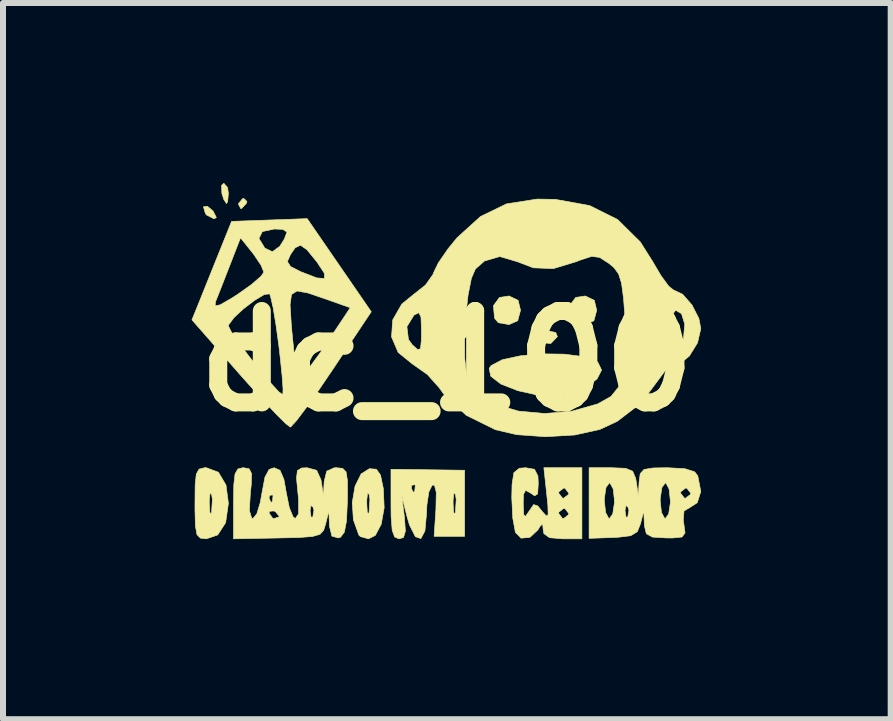
<source format=kicad_pcb>
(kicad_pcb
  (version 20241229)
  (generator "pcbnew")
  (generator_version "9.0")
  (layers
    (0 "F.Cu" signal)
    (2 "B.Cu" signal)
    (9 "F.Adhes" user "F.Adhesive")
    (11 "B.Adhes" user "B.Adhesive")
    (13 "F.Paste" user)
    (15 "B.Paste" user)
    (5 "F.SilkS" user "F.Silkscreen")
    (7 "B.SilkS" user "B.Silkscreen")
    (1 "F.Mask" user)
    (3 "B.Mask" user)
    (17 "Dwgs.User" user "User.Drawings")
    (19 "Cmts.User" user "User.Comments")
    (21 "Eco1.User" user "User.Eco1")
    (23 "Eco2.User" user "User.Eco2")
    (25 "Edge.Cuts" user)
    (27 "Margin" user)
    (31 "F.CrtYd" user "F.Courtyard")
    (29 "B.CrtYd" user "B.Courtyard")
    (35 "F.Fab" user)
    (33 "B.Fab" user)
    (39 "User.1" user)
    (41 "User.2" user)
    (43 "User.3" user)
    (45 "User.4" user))
  (footprint "dc_100"
    (layer "F.Cu")
    (at 4.398 2.968)
    (property "Reference" "dc_100" (at 0 0 0) (layer "F.SilkS") (effects (font (size 1.524 1.524) (thickness 0.3))))
    (attr through_hole)
    (fp_poly (pts (xy -3.896 -2.5) (xy -3.842 -2.393) (xy -3.879 -2.371) (xy -4.003 -2.433) (xy -4.025 -2.461) (xy -4.057 -2.571) (xy -3.991 -2.58) (xy -3.896 -2.5)) (stroke (width 0.01) (type solid)) (fill yes) (layer "F.SilkS"))
    (fp_poly (pts (xy -3.655 -2.892) (xy -3.641 -2.794) (xy -3.654 -2.656) (xy -3.673 -2.625) (xy -3.718 -2.694) (xy -3.75 -2.794) (xy -3.755 -2.929) (xy -3.717 -2.963) (xy -3.655 -2.892)) (stroke (width 0.01) (type solid)) (fill yes) (layer "F.SilkS"))
    (fp_poly (pts (xy -3.331 -2.657) (xy -3.344 -2.625) (xy -3.42 -2.544) (xy -3.434 -2.54) (xy -3.47 -2.606) (xy -3.471 -2.625) (xy -3.406 -2.706) (xy -3.382 -2.709) (xy -3.331 -2.657)) (stroke (width 0.01) (type solid)) (fill yes) (layer "F.SilkS"))
    (fp_poly (pts (xy 1.815 -0.476) (xy 1.843 -0.407) (xy 1.732 -0.292) (xy 1.545 -0.31) (xy 1.442 -0.393) (xy 1.484 -0.472) (xy 1.65 -0.508) (xy 1.658 -0.508) (xy 1.815 -0.476)) (stroke (width 0.01) (type solid)) (fill yes) (layer "F.SilkS"))
    (fp_poly (pts (xy 1.188 -1.012) (xy 1.228 -0.847) (xy 1.181 -0.672) (xy 1.037 -0.608) (xy 0.858 -0.639) (xy 0.795 -0.714) (xy 0.776 -0.923) (xy 0.877 -1.06) (xy 1.037 -1.085) (xy 1.188 -1.012)) (stroke (width 0.01) (type solid)) (fill yes) (layer "F.SilkS"))
    (fp_poly (pts (xy 2.458 -1.012) (xy 2.498 -0.847) (xy 2.451 -0.672) (xy 2.307 -0.608) (xy 2.128 -0.639) (xy 2.065 -0.714) (xy 2.046 -0.923) (xy 2.147 -1.06) (xy 2.307 -1.085) (xy 2.458 -1.012)) (stroke (width 0.01) (type solid)) (fill yes) (layer "F.SilkS"))
    (fp_poly (pts (xy 1.956 -0.115) (xy 2.278 -0.074) (xy 2.499 0.007) (xy 2.517 0.02) (xy 2.579 0.15) (xy 2.504 0.298) (xy 2.318 0.434) (xy 2.137 0.504) (xy 1.807 0.573) (xy 1.515 0.568) (xy 1.185 0.494) (xy 0.9 0.383) (xy 0.733 0.254) (xy 0.705 0.124) (xy 0.738 0.075) (xy 0.926 -0.023) (xy 1.227 -0.088) (xy 1.588 -0.12) (xy 1.956 -0.115)) (stroke (width 0.01) (type solid)) (fill yes) (layer "F.SilkS"))
    (fp_poly (pts (xy -3.807 1.854) (xy -3.681 2.067) (xy -3.641 2.371) (xy -3.687 2.694) (xy -3.819 2.898) (xy -4.007 2.963) (xy -4.107 2.952) (xy -4.165 2.893) (xy -4.191 2.749) (xy -4.198 2.484) (xy -4.198 2.371) (xy -3.96 2.371) (xy -3.951 2.525) (xy -3.929 2.543) (xy -3.921 2.519) (xy -3.908 2.304) (xy -3.921 2.223) (xy -3.946 2.196) (xy -3.959 2.313) (xy -3.96 2.371) (xy -4.198 2.371) (xy -4.195 2.061) (xy -4.176 1.883) (xy -4.129 1.801) (xy -4.044 1.779) (xy -4.007 1.778) (xy -3.807 1.854)) (stroke (width 0.01) (type solid)) (fill yes) (layer "F.SilkS"))
    (fp_poly (pts (xy -1.175 1.803) (xy -1.106 1.899) (xy -1.059 2.124) (xy -1.058 2.133) (xy -1.045 2.447) (xy -1.094 2.72) (xy -1.192 2.906) (xy -1.305 2.963) (xy -1.44 2.926) (xy -1.467 2.9) (xy -1.558 2.645) (xy -1.575 2.371) (xy -1.335 2.371) (xy -1.326 2.525) (xy -1.304 2.543) (xy -1.296 2.519) (xy -1.283 2.304) (xy -1.296 2.223) (xy -1.321 2.196) (xy -1.334 2.313) (xy -1.335 2.371) (xy -1.575 2.371) (xy -1.576 2.357) (xy -1.53 2.085) (xy -1.428 1.88) (xy -1.291 1.794) (xy -1.175 1.803)) (stroke (width 0.01) (type solid)) (fill yes) (layer "F.SilkS"))
    (fp_poly (pts (xy 0.296 1.82) (xy 0.296 2.921) (xy -0.212 2.921) (xy -0.182 2.466) (xy -0.18 2.371) (xy 0.104 2.371) (xy 0.113 2.525) (xy 0.135 2.543) (xy 0.143 2.519) (xy 0.156 2.304) (xy 0.143 2.223) (xy 0.118 2.196) (xy 0.105 2.313) (xy 0.104 2.371) (xy -0.18 2.371) (xy -0.176 2.19) (xy -0.206 2.069) (xy -0.245 2.069) (xy -0.3 2.181) (xy -0.333 2.401) (xy -0.339 2.545) (xy -0.365 2.831) (xy -0.433 2.959) (xy -0.525 2.927) (xy -0.623 2.732) (xy -0.661 2.603) (xy -0.752 2.244) (xy -0.707 2.603) (xy -0.691 2.835) (xy -0.723 2.941) (xy -0.797 2.963) (xy -0.87 2.933) (xy -0.911 2.821) (xy -0.929 2.593) (xy -0.931 2.384) (xy -0.931 2.117) (xy -0.593 2.117) (xy -0.562 2.186) (xy -0.536 2.173) (xy -0.526 2.073) (xy -0.536 2.06) (xy -0.587 2.072) (xy -0.593 2.117) (xy -0.931 2.117) (xy -0.931 1.804) (xy 0.296 1.82)) (stroke (width 0.01) (type solid)) (fill yes) (layer "F.SilkS"))
    (fp_poly (pts (xy 2.251 2.963) (xy 1.93 2.963) (xy 1.71 2.944) (xy 1.617 2.876) (xy 1.606 2.815) (xy 1.597 2.712) (xy 1.552 2.757) (xy 1.517 2.815) (xy 1.385 2.938) (xy 1.237 2.952) (xy 1.143 2.857) (xy 1.099 2.619) (xy 1.082 2.274) (xy 1.087 2.053) (xy 1.117 1.861) (xy 1.208 1.787) (xy 1.312 1.778) (xy 1.461 1.804) (xy 1.518 1.916) (xy 1.524 2.042) (xy 1.513 2.215) (xy 1.463 2.246) (xy 1.397 2.201) (xy 1.312 2.154) (xy 1.277 2.224) (xy 1.273 2.381) (xy 1.281 2.56) (xy 1.311 2.589) (xy 1.369 2.505) (xy 1.447 2.392) (xy 1.516 2.415) (xy 1.588 2.505) (xy 1.659 2.583) (xy 1.688 2.559) (xy 1.688 2.54) (xy 1.863 2.54) (xy 1.927 2.622) (xy 1.947 2.625) (xy 2.03 2.56) (xy 2.032 2.54) (xy 1.968 2.458) (xy 1.947 2.455) (xy 1.865 2.52) (xy 1.863 2.54) (xy 1.688 2.54) (xy 1.684 2.408) (xy 1.665 2.223) (xy 1.663 2.201) (xy 1.863 2.201) (xy 1.927 2.284) (xy 1.947 2.286) (xy 2.03 2.222) (xy 2.032 2.201) (xy 1.968 2.119) (xy 1.947 2.117) (xy 1.865 2.181) (xy 1.863 2.201) (xy 1.663 2.201) (xy 1.617 1.778) (xy 2.251 1.778) (xy 2.251 2.963)) (stroke (width 0.01) (type solid)) (fill yes) (layer "F.SilkS"))
    (fp_poly (pts (xy 2.981 1.788) (xy 3.098 1.837) (xy 3.147 1.954) (xy 3.157 2.011) (xy 3.192 2.244) (xy 3.205 2.011) (xy 3.223 1.877) (xy 3.286 1.807) (xy 3.439 1.782) (xy 3.674 1.778) (xy 3.968 1.794) (xy 4.13 1.846) (xy 4.182 1.912) (xy 4.233 2.173) (xy 4.174 2.361) (xy 4.068 2.43) (xy 3.953 2.499) (xy 3.94 2.651) (xy 3.95 2.713) (xy 3.97 2.865) (xy 3.92 2.933) (xy 3.76 2.949) (xy 3.65 2.948) (xy 3.427 2.934) (xy 3.325 2.878) (xy 3.294 2.751) (xy 3.292 2.721) (xy 3.282 2.498) (xy 3.228 2.712) (xy 3.175 2.844) (xy 3.066 2.911) (xy 2.853 2.937) (xy 2.773 2.941) (xy 2.371 2.955) (xy 2.371 2.328) (xy 2.625 2.328) (xy 2.646 2.524) (xy 2.698 2.622) (xy 2.709 2.625) (xy 2.765 2.55) (xy 2.774 2.491) (xy 2.97 2.491) (xy 2.986 2.6) (xy 3.014 2.602) (xy 3.035 2.488) (xy 3.021 2.439) (xy 2.984 2.407) (xy 2.97 2.491) (xy 2.774 2.491) (xy 2.793 2.367) (xy 2.794 2.328) (xy 3.556 2.328) (xy 3.577 2.524) (xy 3.63 2.622) (xy 3.641 2.625) (xy 3.697 2.55) (xy 3.725 2.367) (xy 3.725 2.328) (xy 3.712 2.201) (xy 3.895 2.201) (xy 3.959 2.284) (xy 3.979 2.286) (xy 4.062 2.222) (xy 4.064 2.201) (xy 4 2.119) (xy 3.979 2.117) (xy 3.897 2.181) (xy 3.895 2.201) (xy 3.712 2.201) (xy 3.704 2.132) (xy 3.652 2.035) (xy 3.641 2.032) (xy 3.585 2.106) (xy 3.557 2.289) (xy 3.556 2.328) (xy 2.794 2.328) (xy 2.773 2.132) (xy 2.72 2.035) (xy 2.709 2.032) (xy 2.653 2.106) (xy 2.625 2.289) (xy 2.625 2.328) (xy 2.371 2.328) (xy 2.371 1.778) (xy 2.746 1.778) (xy 2.981 1.788)) (stroke (width 0.01) (type solid)) (fill yes) (layer "F.SilkS"))
    (fp_poly (pts (xy -1.736 1.789) (xy -1.68 1.847) (xy -1.657 1.99) (xy -1.656 2.254) (xy -1.658 2.349) (xy -1.673 2.668) (xy -1.708 2.851) (xy -1.771 2.935) (xy -1.809 2.948) (xy -1.916 2.918) (xy -1.957 2.751) (xy -1.957 2.737) (xy -1.967 2.498) (xy -2.021 2.717) (xy -2.054 2.822) (xy -2.115 2.888) (xy -2.24 2.924) (xy -2.463 2.941) (xy -2.815 2.949) (xy -3.556 2.963) (xy -3.556 2.37) (xy -3.551 2.059) (xy -3.53 1.88) (xy -3.483 1.799) (xy -3.399 1.778) (xy -3.391 1.778) (xy -3.295 1.796) (xy -3.255 1.876) (xy -3.26 2.061) (xy -3.275 2.201) (xy -3.292 2.489) (xy -3.254 2.617) (xy -3.232 2.625) (xy -3.169 2.549) (xy -3.164 2.535) (xy -2.963 2.535) (xy -2.902 2.621) (xy -2.879 2.625) (xy -2.796 2.596) (xy -2.794 2.587) (xy -2.853 2.515) (xy -2.879 2.498) (xy -2.957 2.504) (xy -2.963 2.535) (xy -3.164 2.535) (xy -3.109 2.354) (xy -3.097 2.286) (xy -2.963 2.286) (xy -2.932 2.356) (xy -2.907 2.342) (xy -2.897 2.242) (xy -2.907 2.23) (xy -2.957 2.241) (xy -2.963 2.286) (xy -3.097 2.286) (xy -3.082 2.201) (xy -3.032 1.936) (xy -2.963 1.807) (xy -2.879 1.778) (xy -2.781 1.821) (xy -2.716 1.971) (xy -2.675 2.201) (xy -2.626 2.443) (xy -2.563 2.596) (xy -2.525 2.625) (xy -2.471 2.545) (xy -2.471 2.491) (xy -2.279 2.491) (xy -2.264 2.6) (xy -2.235 2.602) (xy -2.215 2.488) (xy -2.228 2.439) (xy -2.266 2.407) (xy -2.279 2.491) (xy -2.471 2.491) (xy -2.471 2.307) (xy -2.482 2.201) (xy -2.506 1.951) (xy -2.491 1.826) (xy -2.421 1.783) (xy -2.33 1.778) (xy -2.17 1.821) (xy -2.098 1.979) (xy -2.093 2.011) (xy -2.057 2.244) (xy -2.045 2.011) (xy -2.003 1.836) (xy -1.877 1.779) (xy -1.839 1.778) (xy -1.736 1.789)) (stroke (width 0.01) (type solid)) (fill yes) (layer "F.SilkS"))
    (fp_poly (pts (xy -1.794 -1.598) (xy -1.26 -0.822) (xy -1.901 0.139) (xy -2.139 0.49) (xy -2.348 0.784) (xy -2.507 0.994) (xy -2.599 1.095) (xy -2.61 1.101) (xy -2.688 1.04) (xy -2.854 0.875) (xy -3.087 0.627) (xy -3.364 0.32) (xy -3.464 0.207) (xy -4.158 -0.583) (xy -3.641 -0.583) (xy -3.593 -0.487) (xy -3.47 -0.308) (xy -3.3 -0.082) (xy -3.113 0.155) (xy -2.937 0.365) (xy -2.801 0.513) (xy -2.734 0.561) (xy -2.734 0.56) (xy -2.73 0.469) (xy -2.746 0.247) (xy -2.778 -0.065) (xy -2.801 -0.264) (xy -2.85 -0.616) (xy -2.898 -0.902) (xy -2.907 -0.938) (xy -2.613 -0.938) (xy -2.594 -0.628) (xy -2.582 -0.487) (xy -2.549 -0.156) (xy -2.515 0.109) (xy -2.485 0.264) (xy -2.478 0.283) (xy -2.417 0.25) (xy -2.287 0.101) (xy -2.113 -0.135) (xy -2.023 -0.268) (xy -1.61 -0.889) (xy -2.011 -1.031) (xy -2.312 -1.134) (xy -2.497 -1.168) (xy -2.589 -1.11) (xy -2.613 -0.938) (xy -2.907 -0.938) (xy -2.939 -1.082) (xy -2.956 -1.121) (xy -3.044 -1.108) (xy -3.204 -1.012) (xy -3.388 -0.872) (xy -3.548 -0.724) (xy -3.636 -0.606) (xy -3.641 -0.583) (xy -4.158 -0.583) (xy -4.249 -0.687) (xy -4.155 -0.918) (xy -3.862 -0.918) (xy -3.777 -0.938) (xy -3.583 -1.05) (xy -3.485 -1.113) (xy -3.256 -1.276) (xy -3.098 -1.412) (xy -3.05 -1.482) (xy -3.098 -1.599) (xy -3.138 -1.658) (xy -2.658 -1.658) (xy -2.604 -1.575) (xy -2.435 -1.489) (xy -2.168 -1.386) (xy -2.04 -1.376) (xy -2.041 -1.463) (xy -2.165 -1.651) (xy -2.332 -1.856) (xy -2.44 -1.931) (xy -2.528 -1.888) (xy -2.605 -1.778) (xy -2.658 -1.658) (xy -3.138 -1.658) (xy -3.218 -1.777) (xy -3.244 -1.81) (xy -3.43 -2.043) (xy -3.132 -2.043) (xy -3.034 -1.883) (xy -2.908 -1.822) (xy -2.784 -1.913) (xy -2.707 -2.037) (xy -2.665 -2.151) (xy -2.735 -2.195) (xy -2.876 -2.201) (xy -3.076 -2.158) (xy -3.132 -2.043) (xy -3.43 -2.043) (xy -3.439 -2.054) (xy -3.616 -1.599) (xy -3.725 -1.319) (xy -3.817 -1.085) (xy -3.857 -0.986) (xy -3.862 -0.918) (xy -4.155 -0.918) (xy -3.918 -1.508) (xy -3.588 -2.328) (xy -2.958 -2.351) (xy -2.328 -2.374) (xy -1.794 -1.598)) (stroke (width 0.01) (type solid)) (fill yes) (layer "F.SilkS"))
    (fp_poly (pts (xy 1.808 -2.695) (xy 2.379 -2.592) (xy 2.846 -2.359) (xy 3.223 -1.987) (xy 3.422 -1.673) (xy 3.569 -1.424) (xy 3.697 -1.249) (xy 3.774 -1.187) (xy 3.931 -1.112) (xy 4.087 -0.933) (xy 4.201 -0.709) (xy 4.233 -0.54) (xy 4.178 -0.303) (xy 4.042 -0.084) (xy 3.867 0.059) (xy 3.767 0.085) (xy 3.645 0.153) (xy 3.524 0.317) (xy 3.523 0.318) (xy 3.237 0.701) (xy 2.838 1.006) (xy 2.549 1.14) (xy 2.134 1.232) (xy 1.646 1.261) (xy 1.164 1.227) (xy 0.809 1.144) (xy 0.323 0.904) (xy -0.037 0.571) (xy -0.127 0.445) (xy -0.325 0.224) (xy -0.566 0.054) (xy -0.569 0.053) (xy -0.811 -0.143) (xy -0.922 -0.403) (xy -0.91 -0.573) (xy -0.666 -0.573) (xy -0.64 -0.36) (xy -0.576 -0.271) (xy -0.484 -0.19) (xy -0.439 -0.207) (xy -0.425 -0.348) (xy -0.424 -0.384) (xy 0.296 -0.384) (xy 0.299 -0.039) (xy 0.328 0.23) (xy 0.349 0.313) (xy 0.517 0.546) (xy 0.81 0.722) (xy 1.192 0.834) (xy 1.627 0.874) (xy 2.079 0.837) (xy 2.512 0.715) (xy 2.513 0.715) (xy 2.737 0.589) (xy 2.885 0.405) (xy 2.966 0.136) (xy 2.99 -0.245) (xy 2.98 -0.508) (xy 3.725 -0.508) (xy 3.75 -0.275) (xy 3.81 -0.177) (xy 3.886 -0.225) (xy 3.945 -0.381) (xy 3.965 -0.617) (xy 3.911 -0.79) (xy 3.813 -0.847) (xy 3.758 -0.772) (xy 3.728 -0.584) (xy 3.725 -0.508) (xy 2.98 -0.508) (xy 2.974 -0.669) (xy 2.945 -1.047) (xy 2.912 -1.295) (xy 2.863 -1.451) (xy 2.787 -1.556) (xy 2.701 -1.628) (xy 2.547 -1.727) (xy 2.414 -1.745) (xy 2.225 -1.684) (xy 2.162 -1.658) (xy 1.775 -1.541) (xy 1.442 -1.554) (xy 1.177 -1.655) (xy 0.883 -1.742) (xy 0.628 -1.668) (xy 0.476 -1.535) (xy 0.409 -1.379) (xy 0.354 -1.103) (xy 0.315 -0.755) (xy 0.296 -0.384) (xy -0.424 -0.384) (xy -0.423 -0.518) (xy -0.431 -0.732) (xy -0.466 -0.805) (xy -0.542 -0.769) (xy -0.55 -0.762) (xy -0.666 -0.573) (xy -0.91 -0.573) (xy -0.902 -0.686) (xy -0.751 -0.95) (xy -0.556 -1.109) (xy -0.356 -1.267) (xy -0.232 -1.442) (xy -0.222 -1.471) (xy -0.141 -1.638) (xy 0.019 -1.87) (xy 0.169 -2.054) (xy 0.56 -2.409) (xy 0.994 -2.62) (xy 1.506 -2.7) (xy 1.808 -2.695)) (stroke (width 0.01) (type solid)) (fill yes) (layer "F.SilkS")))
  (gr_rect
    (start -3 -3)
    (end 11.796 8.937)
    (stroke (width 0.1) (type default))
    (fill no)
    (layer "Edge.Cuts")))
</source>
